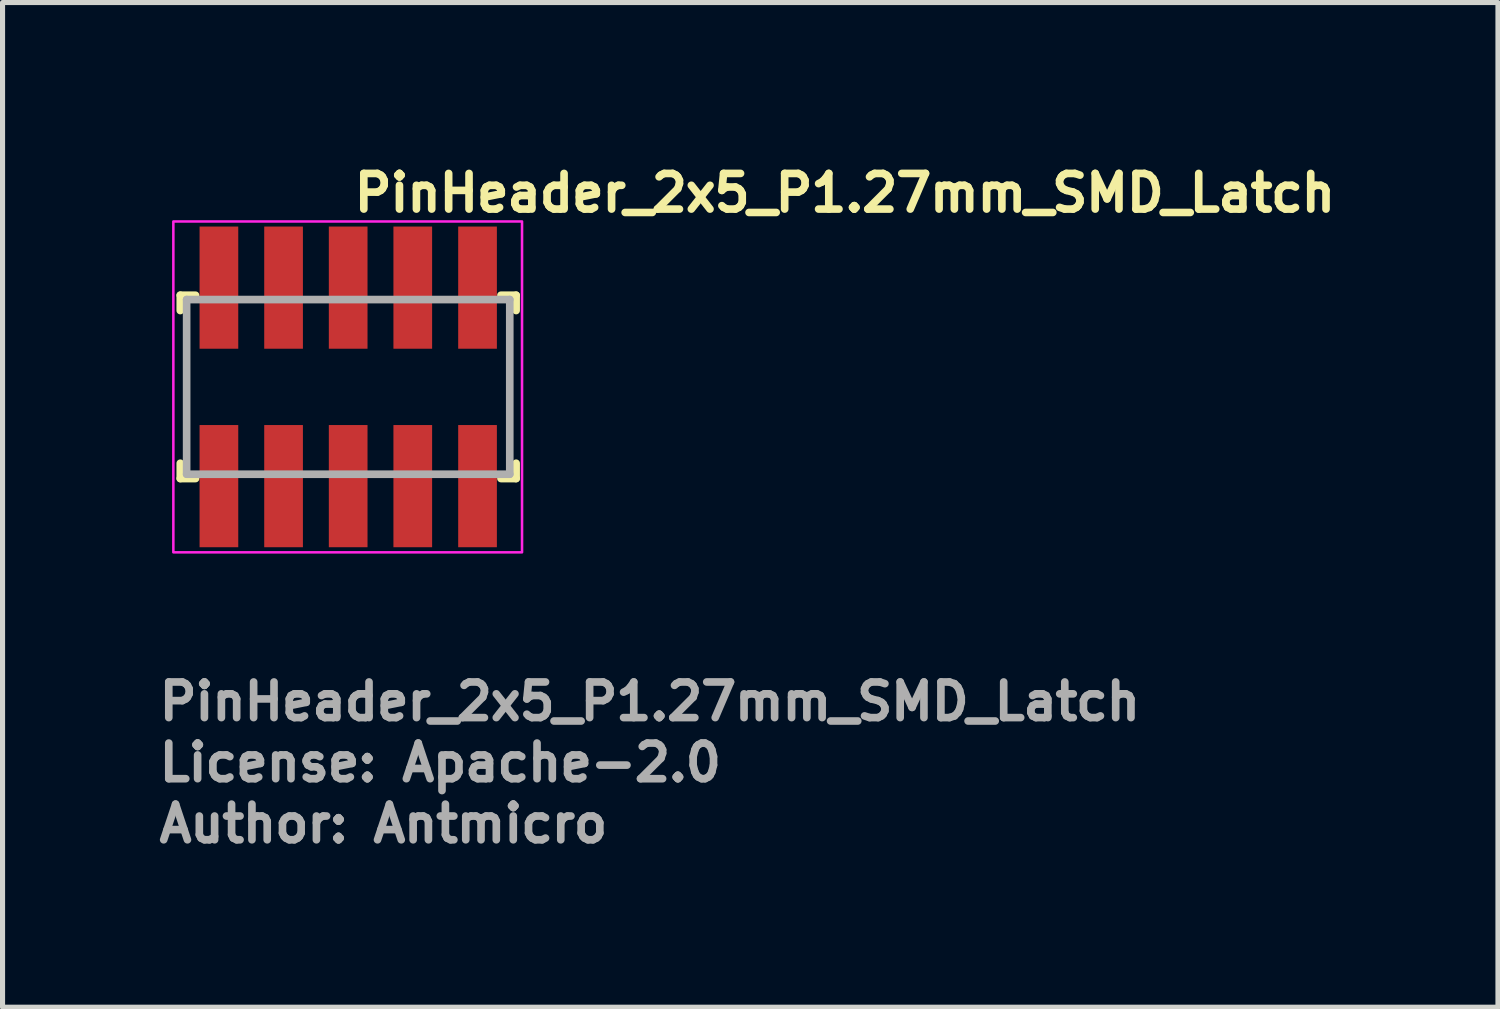
<source format=kicad_pcb>
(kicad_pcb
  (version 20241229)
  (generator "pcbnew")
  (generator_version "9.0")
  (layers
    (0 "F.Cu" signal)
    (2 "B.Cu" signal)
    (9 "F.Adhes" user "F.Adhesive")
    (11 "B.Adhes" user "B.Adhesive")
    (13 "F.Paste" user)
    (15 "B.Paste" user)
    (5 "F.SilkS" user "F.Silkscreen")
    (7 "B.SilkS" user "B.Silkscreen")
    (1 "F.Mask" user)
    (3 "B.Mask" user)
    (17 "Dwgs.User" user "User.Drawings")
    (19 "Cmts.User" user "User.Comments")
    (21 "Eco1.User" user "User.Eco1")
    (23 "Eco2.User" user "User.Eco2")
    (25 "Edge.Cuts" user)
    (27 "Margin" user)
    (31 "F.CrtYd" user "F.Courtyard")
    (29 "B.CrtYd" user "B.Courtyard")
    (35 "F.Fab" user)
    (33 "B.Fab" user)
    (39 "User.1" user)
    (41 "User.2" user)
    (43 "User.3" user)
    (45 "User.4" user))
  (footprint "PinHeader_2x5_P1.27mm_SMD_Latch"
    (layer "F.Cu")
    (at 3.831 4.55)
    (property "Reference" "PinHeader_2x5_P1.27mm_SMD_Latch" (at 0 -3.4 0) (layer "F.SilkS") (effects (font (size 0.7 0.7) (thickness 0.15)) (justify left bottom)))
    (attr smd)
    (fp_line (start -3.34 -1.801) (end -3.34 -1.5) (stroke (width 0.15) (type solid)) (layer "F.SilkS"))
    (fp_line (start -3.34 1.8) (end -3.34 1.499) (stroke (width 0.15) (type solid)) (layer "F.SilkS"))
    (fp_line (start -3.04 -1.801) (end -3.34 -1.801) (stroke (width 0.15) (type solid)) (layer "F.SilkS"))
    (fp_line (start -3.04 1.8) (end -3.34 1.8) (stroke (width 0.15) (type solid)) (layer "F.SilkS"))
    (fp_line (start 2.959 -1.801) (end 3.257 -1.801) (stroke (width 0.15) (type solid)) (layer "F.SilkS"))
    (fp_line (start 2.959 1.8) (end 3.257 1.8) (stroke (width 0.15) (type solid)) (layer "F.SilkS"))
    (fp_line (start 3.257 -1.801) (end 3.257 -1.5) (stroke (width 0.15) (type solid)) (layer "F.SilkS"))
    (fp_line (start 3.257 1.8) (end 3.257 1.499) (stroke (width 0.15) (type solid)) (layer "F.SilkS"))
    (fp_rect (start -3.476 -3.25) (end 3.373 3.249) (stroke (width 0.05) (type solid)) (fill no) (layer "F.CrtYd"))
    (fp_line (start -3.215 -1.716) (end -3.215 1.715) (stroke (width 0.15) (type solid)) (layer "F.Fab"))
    (fp_line (start 3.132 -1.716) (end -3.215 -1.716) (stroke (width 0.15) (type solid)) (layer "F.Fab"))
    (fp_line (start 3.132 -1.716) (end 3.132 1.715) (stroke (width 0.15) (type solid)) (layer "F.Fab"))
    (fp_line (start 3.132 1.715) (end -3.215 1.715) (stroke (width 0.15) (type solid)) (layer "F.Fab"))
    (fp_rect (start -3.176 -2.75) (end 3.173 2.749) (stroke (width 0.1) (type solid)) (fill no) (layer "User.5"))
    (fp_line (start -3.176 -1.44) (end -3.176 1.439) (stroke (width 0.02) (type solid)) (layer "User.9"))
    (fp_line (start -3.176 1.439) (end -3.025 1.699) (stroke (width 0.02) (type solid)) (layer "User.9"))
    (fp_line (start -3.025 -1.7) (end -3.176 -1.44) (stroke (width 0.02) (type solid)) (layer "User.9"))
    (fp_line (start -3.025 1.699) (end -2.057 1.699) (stroke (width 0.02) (type solid)) (layer "User.9"))
    (fp_line (start -2.742 -1.7) (end -2.742 -2.75) (stroke (width 0.02) (type solid)) (layer "User.9"))
    (fp_line (start -2.742 -0.835) (end -2.742 -0.435) (stroke (width 0.02) (type solid)) (layer "User.9"))
    (fp_line (start -2.742 -0.435) (end -2.34 -0.435) (stroke (width 0.02) (type solid)) (layer "User.9"))
    (fp_line (start -2.742 0.433) (end -2.34 0.433) (stroke (width 0.02) (type solid)) (layer "User.9"))
    (fp_line (start -2.742 0.833) (end -2.742 0.433) (stroke (width 0.02) (type solid)) (layer "User.9"))
    (fp_line (start -2.742 1.699) (end -2.742 2.749) (stroke (width 0.02) (type solid)) (layer "User.9"))
    (fp_line (start -2.34 -2.75) (end -2.742 -2.75) (stroke (width 0.02) (type solid)) (layer "User.9"))
    (fp_line (start -2.34 -1.7) (end -2.34 -2.75) (stroke (width 0.02) (type solid)) (layer "User.9"))
    (fp_line (start -2.34 -0.835) (end -2.742 -0.835) (stroke (width 0.02) (type solid)) (layer "User.9"))
    (fp_line (start -2.34 -0.435) (end -2.34 -0.835) (stroke (width 0.02) (type solid)) (layer "User.9"))
    (fp_line (start -2.34 0.433) (end -2.34 0.833) (stroke (width 0.02) (type solid)) (layer "User.9"))
    (fp_line (start -2.34 0.833) (end -2.742 0.833) (stroke (width 0.02) (type solid)) (layer "User.9"))
    (fp_line (start -2.34 1.699) (end -2.34 2.749) (stroke (width 0.02) (type solid)) (layer "User.9"))
    (fp_line (start -2.34 2.749) (end -2.742 2.749) (stroke (width 0.02) (type solid)) (layer "User.9"))
    (fp_line (start -2.057 -1.7) (end -3.025 -1.7) (stroke (width 0.02) (type solid)) (layer "User.9"))
    (fp_line (start -2.057 1.699) (end -1.905 1.439) (stroke (width 0.02) (type solid)) (layer "User.9"))
    (fp_line (start -1.905 -1.44) (end -2.057 -1.7) (stroke (width 0.02) (type solid)) (layer "User.9"))
    (fp_line (start -1.905 1.439) (end -1.756 1.699) (stroke (width 0.02) (type solid)) (layer "User.9"))
    (fp_line (start -1.756 -1.7) (end -1.905 -1.44) (stroke (width 0.02) (type solid)) (layer "User.9"))
    (fp_line (start -1.756 1.699) (end -0.787 1.699) (stroke (width 0.02) (type solid)) (layer "User.9"))
    (fp_line (start -1.47 -1.7) (end -1.47 -2.75) (stroke (width 0.02) (type solid)) (layer "User.9"))
    (fp_line (start -1.47 -0.835) (end -1.47 -0.435) (stroke (width 0.02) (type solid)) (layer "User.9"))
    (fp_line (start -1.47 -0.435) (end -1.071 -0.435) (stroke (width 0.02) (type solid)) (layer "User.9"))
    (fp_line (start -1.47 0.433) (end -1.071 0.433) (stroke (width 0.02) (type solid)) (layer "User.9"))
    (fp_line (start -1.47 0.833) (end -1.47 0.433) (stroke (width 0.02) (type solid)) (layer "User.9"))
    (fp_line (start -1.47 1.699) (end -1.47 2.749) (stroke (width 0.02) (type solid)) (layer "User.9"))
    (fp_line (start -1.071 -2.75) (end -1.47 -2.75) (stroke (width 0.02) (type solid)) (layer "User.9"))
    (fp_line (start -1.071 -1.7) (end -1.071 -2.75) (stroke (width 0.02) (type solid)) (layer "User.9"))
    (fp_line (start -1.071 -0.835) (end -1.47 -0.835) (stroke (width 0.02) (type solid)) (layer "User.9"))
    (fp_line (start -1.071 -0.435) (end -1.071 -0.835) (stroke (width 0.02) (type solid)) (layer "User.9"))
    (fp_line (start -1.071 0.433) (end -1.071 0.833) (stroke (width 0.02) (type solid)) (layer "User.9"))
    (fp_line (start -1.071 0.833) (end -1.47 0.833) (stroke (width 0.02) (type solid)) (layer "User.9"))
    (fp_line (start -1.071 1.699) (end -1.071 2.749) (stroke (width 0.02) (type solid)) (layer "User.9"))
    (fp_line (start -1.071 2.749) (end -1.47 2.749) (stroke (width 0.02) (type solid)) (layer "User.9"))
    (fp_line (start -0.787 -1.7) (end -1.756 -1.7) (stroke (width 0.02) (type solid)) (layer "User.9"))
    (fp_line (start -0.787 1.699) (end -0.635 1.439) (stroke (width 0.02) (type solid)) (layer "User.9"))
    (fp_line (start -0.635 -1.44) (end -0.787 -1.7) (stroke (width 0.02) (type solid)) (layer "User.9"))
    (fp_line (start -0.635 1.439) (end -0.486 1.699) (stroke (width 0.02) (type solid)) (layer "User.9"))
    (fp_line (start -0.486 -1.7) (end -0.635 -1.44) (stroke (width 0.02) (type solid)) (layer "User.9"))
    (fp_line (start -0.486 1.699) (end 0.483 1.699) (stroke (width 0.02) (type solid)) (layer "User.9"))
    (fp_line (start -0.202 -1.7) (end -0.202 -2.75) (stroke (width 0.02) (type solid)) (layer "User.9"))
    (fp_line (start -0.202 -0.835) (end -0.202 -0.435) (stroke (width 0.02) (type solid)) (layer "User.9"))
    (fp_line (start -0.202 -0.435) (end 0.199 -0.435) (stroke (width 0.02) (type solid)) (layer "User.9"))
    (fp_line (start -0.202 0.433) (end 0.199 0.433) (stroke (width 0.02) (type solid)) (layer "User.9"))
    (fp_line (start -0.202 0.833) (end -0.202 0.433) (stroke (width 0.02) (type solid)) (layer "User.9"))
    (fp_line (start -0.202 1.699) (end -0.202 2.749) (stroke (width 0.02) (type solid)) (layer "User.9"))
    (fp_line (start 0.199 -2.75) (end -0.202 -2.75) (stroke (width 0.02) (type solid)) (layer "User.9"))
    (fp_line (start 0.199 -1.7) (end 0.199 -2.75) (stroke (width 0.02) (type solid)) (layer "User.9"))
    (fp_line (start 0.199 -0.835) (end -0.202 -0.835) (stroke (width 0.02) (type solid)) (layer "User.9"))
    (fp_line (start 0.199 -0.435) (end 0.199 -0.835) (stroke (width 0.02) (type solid)) (layer "User.9"))
    (fp_line (start 0.199 0.433) (end 0.199 0.833) (stroke (width 0.02) (type solid)) (layer "User.9"))
    (fp_line (start 0.199 0.833) (end -0.202 0.833) (stroke (width 0.02) (type solid)) (layer "User.9"))
    (fp_line (start 0.199 1.699) (end 0.199 2.749) (stroke (width 0.02) (type solid)) (layer "User.9"))
    (fp_line (start 0.199 2.749) (end -0.202 2.749) (stroke (width 0.02) (type solid)) (layer "User.9"))
    (fp_line (start 0.483 -1.7) (end -0.486 -1.7) (stroke (width 0.02) (type solid)) (layer "User.9"))
    (fp_line (start 0.483 1.699) (end 0.633 1.439) (stroke (width 0.02) (type solid)) (layer "User.9"))
    (fp_line (start 0.633 -1.44) (end 0.483 -1.7) (stroke (width 0.02) (type solid)) (layer "User.9"))
    (fp_line (start 0.633 1.439) (end 0.784 1.699) (stroke (width 0.02) (type solid)) (layer "User.9"))
    (fp_line (start 0.784 -1.7) (end 0.633 -1.44) (stroke (width 0.02) (type solid)) (layer "User.9"))
    (fp_line (start 0.784 1.699) (end 1.753 1.699) (stroke (width 0.02) (type solid)) (layer "User.9"))
    (fp_line (start 1.07 -1.7) (end 1.07 -2.75) (stroke (width 0.02) (type solid)) (layer "User.9"))
    (fp_line (start 1.07 -0.835) (end 1.07 -0.435) (stroke (width 0.02) (type solid)) (layer "User.9"))
    (fp_line (start 1.07 -0.435) (end 1.469 -0.435) (stroke (width 0.02) (type solid)) (layer "User.9"))
    (fp_line (start 1.07 0.433) (end 1.469 0.433) (stroke (width 0.02) (type solid)) (layer "User.9"))
    (fp_line (start 1.07 0.833) (end 1.07 0.433) (stroke (width 0.02) (type solid)) (layer "User.9"))
    (fp_line (start 1.07 1.699) (end 1.07 2.749) (stroke (width 0.02) (type solid)) (layer "User.9"))
    (fp_line (start 1.469 -2.75) (end 1.07 -2.75) (stroke (width 0.02) (type solid)) (layer "User.9"))
    (fp_line (start 1.469 -1.7) (end 1.469 -2.75) (stroke (width 0.02) (type solid)) (layer "User.9"))
    (fp_line (start 1.469 -0.835) (end 1.07 -0.835) (stroke (width 0.02) (type solid)) (layer "User.9"))
    (fp_line (start 1.469 -0.435) (end 1.469 -0.835) (stroke (width 0.02) (type solid)) (layer "User.9"))
    (fp_line (start 1.469 0.433) (end 1.469 0.833) (stroke (width 0.02) (type solid)) (layer "User.9"))
    (fp_line (start 1.469 0.833) (end 1.07 0.833) (stroke (width 0.02) (type solid)) (layer "User.9"))
    (fp_line (start 1.469 1.699) (end 1.469 2.749) (stroke (width 0.02) (type solid)) (layer "User.9"))
    (fp_line (start 1.469 2.749) (end 1.07 2.749) (stroke (width 0.02) (type solid)) (layer "User.9"))
    (fp_line (start 1.753 -1.7) (end 0.784 -1.7) (stroke (width 0.02) (type solid)) (layer "User.9"))
    (fp_line (start 1.753 1.699) (end 1.904 1.439) (stroke (width 0.02) (type solid)) (layer "User.9"))
    (fp_line (start 1.904 -1.44) (end 1.753 -1.7) (stroke (width 0.02) (type solid)) (layer "User.9"))
    (fp_line (start 1.904 1.439) (end 2.055 1.699) (stroke (width 0.02) (type solid)) (layer "User.9"))
    (fp_line (start 2.055 -1.7) (end 1.904 -1.44) (stroke (width 0.02) (type solid)) (layer "User.9"))
    (fp_line (start 2.055 1.699) (end 3.023 1.699) (stroke (width 0.02) (type solid)) (layer "User.9"))
    (fp_line (start 2.338 -1.7) (end 2.338 -2.75) (stroke (width 0.02) (type solid)) (layer "User.9"))
    (fp_line (start 2.338 -0.835) (end 2.338 -0.435) (stroke (width 0.02) (type solid)) (layer "User.9"))
    (fp_line (start 2.338 -0.435) (end 2.738 -0.435) (stroke (width 0.02) (type solid)) (layer "User.9"))
    (fp_line (start 2.338 0.433) (end 2.738 0.433) (stroke (width 0.02) (type solid)) (layer "User.9"))
    (fp_line (start 2.338 0.833) (end 2.338 0.433) (stroke (width 0.02) (type solid)) (layer "User.9"))
    (fp_line (start 2.338 1.699) (end 2.338 2.749) (stroke (width 0.02) (type solid)) (layer "User.9"))
    (fp_line (start 2.738 -2.75) (end 2.338 -2.75) (stroke (width 0.02) (type solid)) (layer "User.9"))
    (fp_line (start 2.738 -1.7) (end 2.738 -2.75) (stroke (width 0.02) (type solid)) (layer "User.9"))
    (fp_line (start 2.738 -0.835) (end 2.338 -0.835) (stroke (width 0.02) (type solid)) (layer "User.9"))
    (fp_line (start 2.738 -0.435) (end 2.738 -0.835) (stroke (width 0.02) (type solid)) (layer "User.9"))
    (fp_line (start 2.738 0.433) (end 2.738 0.833) (stroke (width 0.02) (type solid)) (layer "User.9"))
    (fp_line (start 2.738 0.833) (end 2.338 0.833) (stroke (width 0.02) (type solid)) (layer "User.9"))
    (fp_line (start 2.738 1.699) (end 2.738 2.749) (stroke (width 0.02) (type solid)) (layer "User.9"))
    (fp_line (start 2.738 2.749) (end 2.338 2.749) (stroke (width 0.02) (type solid)) (layer "User.9"))
    (fp_line (start 3.023 -1.7) (end 2.055 -1.7) (stroke (width 0.02) (type solid)) (layer "User.9"))
    (fp_line (start 3.023 1.699) (end 3.173 1.439) (stroke (width 0.02) (type solid)) (layer "User.9"))
    (fp_line (start 3.173 -1.44) (end 3.023 -1.7) (stroke (width 0.02) (type solid)) (layer "User.9"))
    (fp_line (start 3.173 1.439) (end 3.173 -1.44) (stroke (width 0.02) (type solid)) (layer "User.9"))
    (fp_text user "Author: Antmicro" (at -3.831 8.989 0) (layer "F.Fab") (effects (font (size 0.7 0.7) (thickness 0.15)) (justify left bottom)))
    (fp_text user "License: Apache-2.0" (at -3.831 7.789 0) (layer "F.Fab") (effects (font (size 0.7 0.7) (thickness 0.15)) (justify left bottom)))
    (fp_text user "${REFERENCE}" (at -3.831 6.589 0) (layer "F.Fab") (effects (font (size 0.7 0.7) (thickness 0.15)) (justify left bottom)))
    (pad "1" smd rect (at -2.581 1.949) (size 0.76 2.4) (layers "F.Cu" "F.Mask" "F.Paste"))
    (pad "2" smd rect (at -2.581 -1.95) (size 0.76 2.4) (layers "F.Cu" "F.Mask" "F.Paste"))
    (pad "3" smd rect (at -1.311 1.949) (size 0.76 2.4) (layers "F.Cu" "F.Mask" "F.Paste"))
    (pad "4" smd rect (at -1.311 -1.95) (size 0.76 2.4) (layers "F.Cu" "F.Mask" "F.Paste"))
    (pad "5" smd rect (at -0.042 1.949) (size 0.76 2.4) (layers "F.Cu" "F.Mask" "F.Paste"))
    (pad "6" smd rect (at -0.042 -1.95) (size 0.76 2.4) (layers "F.Cu" "F.Mask" "F.Paste"))
    (pad "7" smd rect (at 1.227 1.949) (size 0.76 2.4) (layers "F.Cu" "F.Mask" "F.Paste"))
    (pad "8" smd rect (at 1.227 -1.95) (size 0.76 2.4) (layers "F.Cu" "F.Mask" "F.Paste"))
    (pad "9" smd rect (at 2.499 1.949) (size 0.76 2.4) (layers "F.Cu" "F.Mask" "F.Paste"))
    (pad "10" smd rect (at 2.499 -1.95) (size 0.76 2.4) (layers "F.Cu" "F.Mask" "F.Paste")))
  (gr_rect
    (start -3 -3)
    (end 26.374 16.735)
    (stroke (width 0.1) (type default))
    (fill no)
    (layer "Edge.Cuts")))
</source>
